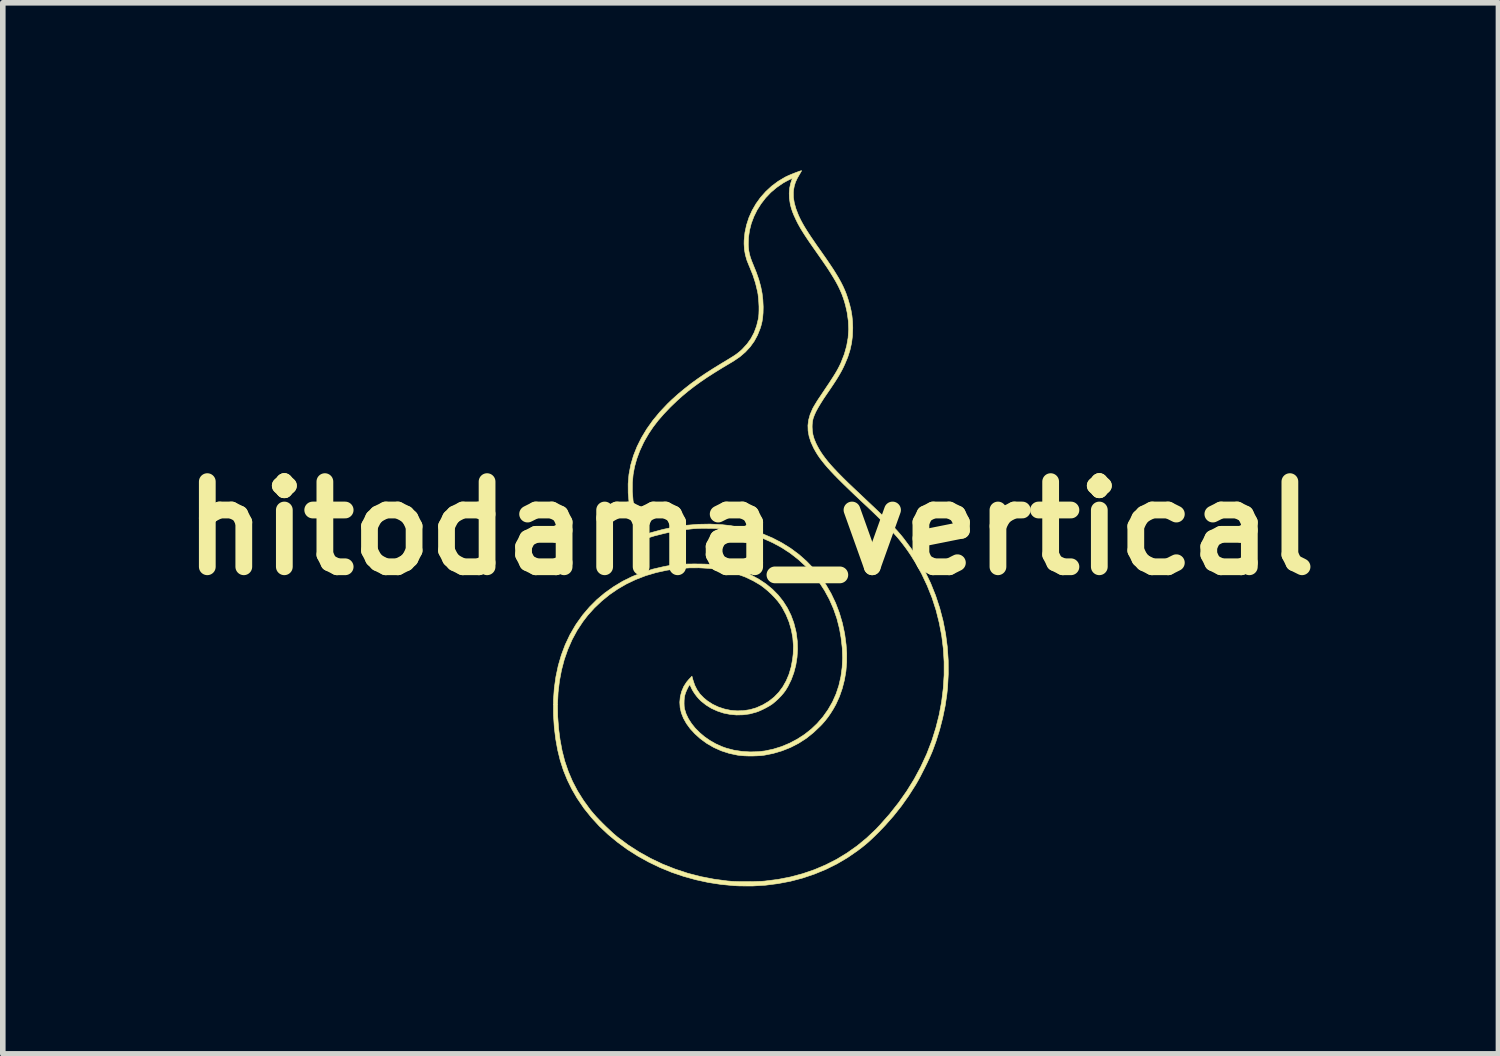
<source format=kicad_pcb>
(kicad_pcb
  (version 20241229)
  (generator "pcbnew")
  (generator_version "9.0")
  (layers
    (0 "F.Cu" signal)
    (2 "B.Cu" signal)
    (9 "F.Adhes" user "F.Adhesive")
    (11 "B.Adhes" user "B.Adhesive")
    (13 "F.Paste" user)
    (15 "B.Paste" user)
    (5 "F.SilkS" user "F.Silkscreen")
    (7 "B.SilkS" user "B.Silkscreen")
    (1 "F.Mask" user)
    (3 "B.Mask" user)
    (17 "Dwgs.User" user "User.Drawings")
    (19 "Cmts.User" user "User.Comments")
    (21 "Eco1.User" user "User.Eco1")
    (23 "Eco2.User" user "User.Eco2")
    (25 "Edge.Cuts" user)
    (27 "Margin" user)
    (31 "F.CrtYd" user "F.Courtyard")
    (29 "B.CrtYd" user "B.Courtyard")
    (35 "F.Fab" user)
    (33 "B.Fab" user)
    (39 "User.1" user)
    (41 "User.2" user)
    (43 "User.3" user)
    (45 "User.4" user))
  (footprint "hitodama_vertical"
    (layer "F.Cu")
    (at 10.385 6.405)
    (property "Reference" "hitodama_vertical" (at 0 0 0) (layer "F.SilkS") (effects (font (size 1.524 1.524) (thickness 0.3))))
    (attr through_hole)
    (fp_poly (pts (xy 0.913 -6.4) (xy 0.909 -6.392) (xy 0.898 -6.374) (xy 0.884 -6.349) (xy 0.878 -6.339) (xy 0.835 -6.264) (xy 0.803 -6.195) (xy 0.782 -6.128) (xy 0.769 -6.058) (xy 0.765 -6.013) (xy 0.766 -5.921) (xy 0.782 -5.822) (xy 0.812 -5.716) (xy 0.856 -5.603) (xy 0.877 -5.558) (xy 0.898 -5.515) (xy 0.921 -5.472) (xy 0.945 -5.429) (xy 0.972 -5.383) (xy 1.003 -5.333) (xy 1.038 -5.278) (xy 1.079 -5.216) (xy 1.127 -5.146) (xy 1.181 -5.067) (xy 1.244 -4.978) (xy 1.279 -4.928) (xy 1.356 -4.818) (xy 1.423 -4.719) (xy 1.483 -4.629) (xy 1.534 -4.547) (xy 1.579 -4.472) (xy 1.618 -4.401) (xy 1.652 -4.334) (xy 1.682 -4.268) (xy 1.708 -4.204) (xy 1.731 -4.138) (xy 1.742 -4.105) (xy 1.774 -3.997) (xy 1.798 -3.897) (xy 1.814 -3.801) (xy 1.824 -3.703) (xy 1.828 -3.599) (xy 1.828 -3.58) (xy 1.823 -3.445) (xy 1.807 -3.316) (xy 1.779 -3.19) (xy 1.739 -3.064) (xy 1.685 -2.935) (xy 1.654 -2.869) (xy 1.63 -2.822) (xy 1.605 -2.777) (xy 1.578 -2.73) (xy 1.548 -2.681) (xy 1.514 -2.627) (xy 1.474 -2.566) (xy 1.427 -2.496) (xy 1.373 -2.417) (xy 1.305 -2.317) (xy 1.249 -2.228) (xy 1.202 -2.149) (xy 1.165 -2.08) (xy 1.138 -2.018) (xy 1.119 -1.965) (xy 1.115 -1.949) (xy 1.107 -1.905) (xy 1.102 -1.854) (xy 1.101 -1.814) (xy 1.105 -1.741) (xy 1.116 -1.672) (xy 1.136 -1.603) (xy 1.166 -1.529) (xy 1.187 -1.486) (xy 1.217 -1.43) (xy 1.25 -1.374) (xy 1.288 -1.317) (xy 1.331 -1.259) (xy 1.379 -1.198) (xy 1.434 -1.133) (xy 1.497 -1.064) (xy 1.568 -0.989) (xy 1.648 -0.908) (xy 1.738 -0.819) (xy 1.839 -0.723) (xy 1.945 -0.623) (xy 2.051 -0.523) (xy 2.146 -0.433) (xy 2.232 -0.352) (xy 2.308 -0.279) (xy 2.377 -0.212) (xy 2.438 -0.151) (xy 2.493 -0.096) (xy 2.542 -0.044) (xy 2.587 0.005) (xy 2.629 0.051) (xy 2.668 0.096) (xy 2.706 0.141) (xy 2.735 0.177) (xy 2.876 0.366) (xy 3.005 0.564) (xy 3.12 0.77) (xy 3.222 0.983) (xy 3.31 1.202) (xy 3.384 1.427) (xy 3.444 1.656) (xy 3.49 1.89) (xy 3.521 2.128) (xy 3.537 2.368) (xy 3.538 2.61) (xy 3.525 2.854) (xy 3.512 2.977) (xy 3.481 3.184) (xy 3.437 3.397) (xy 3.382 3.61) (xy 3.316 3.82) (xy 3.257 3.981) (xy 3.231 4.043) (xy 3.199 4.115) (xy 3.162 4.195) (xy 3.121 4.278) (xy 3.079 4.361) (xy 3.038 4.442) (xy 2.998 4.515) (xy 2.961 4.58) (xy 2.95 4.598) (xy 2.826 4.792) (xy 2.696 4.975) (xy 2.557 5.15) (xy 2.407 5.32) (xy 2.286 5.446) (xy 2.22 5.511) (xy 2.161 5.567) (xy 2.107 5.617) (xy 2.053 5.663) (xy 1.996 5.709) (xy 1.934 5.756) (xy 1.913 5.772) (xy 1.732 5.897) (xy 1.543 6.008) (xy 1.345 6.106) (xy 1.141 6.19) (xy 0.93 6.261) (xy 0.713 6.318) (xy 0.492 6.36) (xy 0.266 6.389) (xy 0.037 6.403) (xy -0.196 6.402) (xy -0.298 6.397) (xy -0.529 6.375) (xy -0.757 6.34) (xy -0.981 6.291) (xy -1.201 6.23) (xy -1.416 6.157) (xy -1.625 6.071) (xy -1.826 5.974) (xy -2.021 5.866) (xy -2.207 5.748) (xy -2.383 5.619) (xy -2.55 5.481) (xy -2.706 5.334) (xy -2.85 5.177) (xy -2.982 5.013) (xy -3.1 4.84) (xy -3.107 4.83) (xy -3.2 4.669) (xy -3.281 4.504) (xy -3.351 4.332) (xy -3.408 4.154) (xy -3.454 3.967) (xy -3.489 3.771) (xy -3.514 3.566) (xy -3.528 3.349) (xy -3.529 3.294) (xy -3.529 3.151) (xy -3.456 3.151) (xy -3.453 3.368) (xy -3.436 3.591) (xy -3.412 3.778) (xy -3.375 3.979) (xy -3.326 4.17) (xy -3.263 4.354) (xy -3.188 4.53) (xy -3.098 4.702) (xy -2.993 4.869) (xy -2.874 5.033) (xy -2.852 5.06) (xy -2.813 5.107) (xy -2.764 5.162) (xy -2.708 5.221) (xy -2.647 5.283) (xy -2.584 5.345) (xy -2.521 5.404) (xy -2.462 5.459) (xy -2.408 5.505) (xy -2.381 5.528) (xy -2.193 5.668) (xy -1.995 5.795) (xy -1.788 5.91) (xy -1.574 6.012) (xy -1.352 6.1) (xy -1.125 6.175) (xy -0.892 6.235) (xy -0.654 6.281) (xy -0.413 6.313) (xy -0.365 6.317) (xy -0.314 6.321) (xy -0.251 6.323) (xy -0.179 6.325) (xy -0.101 6.325) (xy -0.021 6.325) (xy 0.058 6.324) (xy 0.132 6.321) (xy 0.197 6.319) (xy 0.251 6.315) (xy 0.259 6.314) (xy 0.49 6.285) (xy 0.714 6.241) (xy 0.931 6.183) (xy 1.141 6.111) (xy 1.344 6.025) (xy 1.539 5.926) (xy 1.726 5.812) (xy 1.906 5.685) (xy 2.077 5.544) (xy 2.24 5.39) (xy 2.312 5.314) (xy 2.489 5.114) (xy 2.65 4.91) (xy 2.796 4.702) (xy 2.928 4.489) (xy 3.045 4.271) (xy 3.149 4.047) (xy 3.155 4.033) (xy 3.243 3.804) (xy 3.316 3.571) (xy 3.375 3.337) (xy 3.419 3.101) (xy 3.448 2.864) (xy 3.463 2.627) (xy 3.463 2.391) (xy 3.449 2.156) (xy 3.42 1.923) (xy 3.376 1.693) (xy 3.319 1.466) (xy 3.247 1.243) (xy 3.16 1.026) (xy 3.06 0.814) (xy 2.945 0.608) (xy 2.868 0.485) (xy 2.823 0.418) (xy 2.777 0.353) (xy 2.729 0.289) (xy 2.679 0.225) (xy 2.625 0.16) (xy 2.566 0.094) (xy 2.502 0.024) (xy 2.431 -0.051) (xy 2.352 -0.13) (xy 2.265 -0.216) (xy 2.169 -0.309) (xy 2.061 -0.411) (xy 1.988 -0.479) (xy 1.87 -0.59) (xy 1.764 -0.692) (xy 1.668 -0.785) (xy 1.582 -0.87) (xy 1.505 -0.948) (xy 1.437 -1.02) (xy 1.377 -1.086) (xy 1.324 -1.148) (xy 1.277 -1.207) (xy 1.235 -1.262) (xy 1.199 -1.315) (xy 1.167 -1.367) (xy 1.138 -1.419) (xy 1.128 -1.437) (xy 1.08 -1.542) (xy 1.047 -1.644) (xy 1.029 -1.743) (xy 1.026 -1.841) (xy 1.038 -1.938) (xy 1.065 -2.035) (xy 1.107 -2.133) (xy 1.113 -2.147) (xy 1.132 -2.18) (xy 1.157 -2.222) (xy 1.186 -2.27) (xy 1.217 -2.318) (xy 1.241 -2.353) (xy 1.304 -2.447) (xy 1.358 -2.528) (xy 1.406 -2.599) (xy 1.446 -2.661) (xy 1.481 -2.715) (xy 1.511 -2.763) (xy 1.536 -2.805) (xy 1.558 -2.844) (xy 1.577 -2.88) (xy 1.595 -2.916) (xy 1.612 -2.951) (xy 1.621 -2.972) (xy 1.678 -3.118) (xy 1.719 -3.264) (xy 1.745 -3.411) (xy 1.755 -3.559) (xy 1.749 -3.708) (xy 1.728 -3.86) (xy 1.703 -3.971) (xy 1.683 -4.046) (xy 1.66 -4.118) (xy 1.634 -4.189) (xy 1.604 -4.259) (xy 1.57 -4.331) (xy 1.53 -4.406) (xy 1.484 -4.485) (xy 1.431 -4.571) (xy 1.371 -4.664) (xy 1.301 -4.766) (xy 1.229 -4.87) (xy 1.161 -4.967) (xy 1.101 -5.053) (xy 1.048 -5.129) (xy 1.003 -5.196) (xy 0.964 -5.255) (xy 0.93 -5.309) (xy 0.9 -5.358) (xy 0.874 -5.403) (xy 0.85 -5.446) (xy 0.828 -5.489) (xy 0.807 -5.532) (xy 0.806 -5.535) (xy 0.773 -5.606) (xy 0.748 -5.669) (xy 0.729 -5.727) (xy 0.713 -5.786) (xy 0.707 -5.818) (xy 0.694 -5.907) (xy 0.691 -5.997) (xy 0.698 -6.086) (xy 0.715 -6.167) (xy 0.731 -6.217) (xy 0.739 -6.24) (xy 0.744 -6.255) (xy 0.744 -6.26) (xy 0.735 -6.258) (xy 0.716 -6.25) (xy 0.689 -6.237) (xy 0.657 -6.221) (xy 0.624 -6.203) (xy 0.592 -6.185) (xy 0.575 -6.175) (xy 0.464 -6.098) (xy 0.361 -6.011) (xy 0.268 -5.913) (xy 0.187 -5.808) (xy 0.116 -5.696) (xy 0.058 -5.578) (xy 0.012 -5.456) (xy -0.02 -5.33) (xy -0.038 -5.204) (xy -0.042 -5.076) (xy -0.039 -5.025) (xy -0.032 -4.965) (xy -0.021 -4.909) (xy -0.005 -4.851) (xy 0.017 -4.788) (xy 0.046 -4.717) (xy 0.102 -4.579) (xy 0.147 -4.45) (xy 0.181 -4.326) (xy 0.205 -4.206) (xy 0.219 -4.088) (xy 0.225 -3.968) (xy 0.225 -3.945) (xy 0.223 -3.855) (xy 0.216 -3.775) (xy 0.205 -3.701) (xy 0.187 -3.627) (xy 0.17 -3.573) (xy 0.123 -3.456) (xy 0.064 -3.347) (xy -0.008 -3.247) (xy -0.094 -3.154) (xy -0.193 -3.069) (xy -0.306 -2.992) (xy -0.341 -2.971) (xy -0.499 -2.877) (xy -0.643 -2.788) (xy -0.776 -2.703) (xy -0.899 -2.619) (xy -1.012 -2.537) (xy -1.119 -2.454) (xy -1.22 -2.37) (xy -1.317 -2.283) (xy -1.411 -2.193) (xy -1.441 -2.164) (xy -1.555 -2.044) (xy -1.656 -1.928) (xy -1.745 -1.812) (xy -1.823 -1.696) (xy -1.892 -1.578) (xy -1.92 -1.525) (xy -1.986 -1.382) (xy -2.038 -1.242) (xy -2.077 -1.103) (xy -2.103 -0.962) (xy -2.116 -0.818) (xy -2.117 -0.667) (xy -2.117 -0.659) (xy -2.104 -0.496) (xy -2.077 -0.331) (xy -2.036 -0.166) (xy -1.981 -0.006) (xy -1.955 0.06) (xy -1.942 0.088) (xy -1.932 0.105) (xy -1.923 0.113) (xy -1.912 0.114) (xy -1.898 0.111) (xy -1.872 0.105) (xy -1.837 0.095) (xy -1.797 0.083) (xy -1.774 0.076) (xy -1.567 0.02) (xy -1.357 -0.024) (xy -1.146 -0.054) (xy -0.934 -0.071) (xy -0.725 -0.075) (xy -0.52 -0.065) (xy -0.365 -0.048) (xy -0.164 -0.012) (xy 0.029 0.037) (xy 0.214 0.099) (xy 0.391 0.174) (xy 0.558 0.261) (xy 0.716 0.359) (xy 0.864 0.469) (xy 1.001 0.59) (xy 1.128 0.721) (xy 1.244 0.861) (xy 1.349 1.011) (xy 1.441 1.17) (xy 1.521 1.338) (xy 1.588 1.514) (xy 1.642 1.697) (xy 1.683 1.887) (xy 1.709 2.084) (xy 1.72 2.238) (xy 1.719 2.399) (xy 1.706 2.559) (xy 1.679 2.716) (xy 1.64 2.868) (xy 1.589 3.014) (xy 1.527 3.151) (xy 1.48 3.235) (xy 1.431 3.313) (xy 1.384 3.381) (xy 1.334 3.445) (xy 1.279 3.508) (xy 1.246 3.542) (xy 1.124 3.658) (xy 0.995 3.761) (xy 0.858 3.849) (xy 0.714 3.923) (xy 0.561 3.984) (xy 0.401 4.031) (xy 0.25 4.061) (xy 0.19 4.069) (xy 0.119 4.073) (xy 0.041 4.076) (xy -0.039 4.076) (xy -0.115 4.073) (xy -0.185 4.067) (xy -0.234 4.061) (xy -0.384 4.029) (xy -0.526 3.983) (xy -0.66 3.923) (xy -0.786 3.85) (xy -0.903 3.764) (xy -0.997 3.679) (xy -1.081 3.588) (xy -1.149 3.495) (xy -1.202 3.401) (xy -1.24 3.305) (xy -1.262 3.209) (xy -1.268 3.113) (xy -1.259 3.016) (xy -1.234 2.92) (xy -1.197 2.833) (xy -1.147 2.755) (xy -1.104 2.704) (xy -1.05 2.648) (xy -1.032 2.715) (xy -1.001 2.808) (xy -0.959 2.891) (xy -0.906 2.967) (xy -0.839 3.036) (xy -0.775 3.089) (xy -0.681 3.15) (xy -0.578 3.199) (xy -0.469 3.235) (xy -0.356 3.259) (xy -0.241 3.268) (xy -0.126 3.264) (xy -0.013 3.247) (xy 0.097 3.215) (xy 0.105 3.212) (xy 0.221 3.16) (xy 0.326 3.097) (xy 0.421 3.022) (xy 0.504 2.936) (xy 0.576 2.839) (xy 0.637 2.731) (xy 0.687 2.613) (xy 0.725 2.484) (xy 0.751 2.345) (xy 0.762 2.249) (xy 0.766 2.105) (xy 0.755 1.961) (xy 0.729 1.819) (xy 0.689 1.68) (xy 0.634 1.546) (xy 0.566 1.418) (xy 0.531 1.364) (xy 0.486 1.304) (xy 0.431 1.241) (xy 0.368 1.176) (xy 0.301 1.115) (xy 0.234 1.06) (xy 0.176 1.017) (xy 0.047 0.941) (xy -0.093 0.874) (xy -0.243 0.818) (xy -0.403 0.774) (xy -0.57 0.74) (xy -0.745 0.718) (xy -0.926 0.708) (xy -1.091 0.709) (xy -1.298 0.723) (xy -1.497 0.751) (xy -1.69 0.793) (xy -1.876 0.848) (xy -2.057 0.918) (xy -2.223 0.997) (xy -2.376 1.086) (xy -2.525 1.188) (xy -2.665 1.302) (xy -2.796 1.426) (xy -2.916 1.559) (xy -3.002 1.671) (xy -3.105 1.827) (xy -3.195 1.993) (xy -3.271 2.167) (xy -3.335 2.349) (xy -3.385 2.539) (xy -3.422 2.736) (xy -3.446 2.94) (xy -3.456 3.151) (xy -3.529 3.151) (xy -3.529 3.075) (xy -3.514 2.862) (xy -3.485 2.657) (xy -3.443 2.458) (xy -3.387 2.267) (xy -3.318 2.084) (xy -3.235 1.908) (xy -3.138 1.741) (xy -3.116 1.707) (xy -3.006 1.553) (xy -2.884 1.41) (xy -2.751 1.277) (xy -2.607 1.156) (xy -2.453 1.047) (xy -2.291 0.949) (xy -2.119 0.864) (xy -1.939 0.792) (xy -1.752 0.732) (xy -1.558 0.687) (xy -1.496 0.675) (xy -1.435 0.665) (xy -1.38 0.657) (xy -1.328 0.65) (xy -1.277 0.646) (xy -1.223 0.643) (xy -1.163 0.641) (xy -1.095 0.64) (xy -1.013 0.639) (xy -1 0.639) (xy -0.91 0.64) (xy -0.832 0.641) (xy -0.764 0.644) (xy -0.701 0.649) (xy -0.642 0.655) (xy -0.583 0.663) (xy -0.519 0.674) (xy -0.452 0.687) (xy -0.286 0.727) (xy -0.13 0.779) (xy 0.017 0.841) (xy 0.152 0.915) (xy 0.277 0.998) (xy 0.39 1.091) (xy 0.492 1.194) (xy 0.581 1.306) (xy 0.658 1.427) (xy 0.722 1.556) (xy 0.773 1.694) (xy 0.81 1.839) (xy 0.818 1.881) (xy 0.836 2.024) (xy 0.84 2.167) (xy 0.831 2.309) (xy 0.809 2.448) (xy 0.774 2.583) (xy 0.727 2.711) (xy 0.668 2.831) (xy 0.623 2.905) (xy 0.589 2.95) (xy 0.546 3) (xy 0.498 3.05) (xy 0.447 3.097) (xy 0.399 3.137) (xy 0.393 3.142) (xy 0.34 3.177) (xy 0.278 3.212) (xy 0.211 3.246) (xy 0.146 3.275) (xy 0.099 3.292) (xy -0.016 3.323) (xy -0.134 3.339) (xy -0.252 3.342) (xy -0.37 3.331) (xy -0.485 3.308) (xy -0.596 3.271) (xy -0.702 3.223) (xy -0.799 3.163) (xy -0.888 3.092) (xy -0.926 3.054) (xy -0.961 3.014) (xy -0.996 2.968) (xy -1.028 2.92) (xy -1.053 2.875) (xy -1.069 2.84) (xy -1.078 2.819) (xy -1.087 2.806) (xy -1.091 2.804) (xy -1.1 2.813) (xy -1.112 2.833) (xy -1.127 2.862) (xy -1.143 2.895) (xy -1.158 2.93) (xy -1.17 2.963) (xy -1.178 2.99) (xy -1.186 3.032) (xy -1.19 3.083) (xy -1.191 3.137) (xy -1.189 3.188) (xy -1.184 3.229) (xy -1.183 3.232) (xy -1.155 3.322) (xy -1.113 3.41) (xy -1.057 3.497) (xy -0.99 3.58) (xy -0.911 3.659) (xy -0.824 3.733) (xy -0.728 3.799) (xy -0.625 3.858) (xy -0.517 3.907) (xy -0.436 3.936) (xy -0.299 3.972) (xy -0.155 3.994) (xy -0.009 4.003) (xy 0.139 3.999) (xy 0.258 3.985) (xy 0.407 3.953) (xy 0.555 3.907) (xy 0.698 3.847) (xy 0.836 3.774) (xy 0.967 3.689) (xy 1.088 3.593) (xy 1.189 3.497) (xy 1.295 3.375) (xy 1.387 3.245) (xy 1.466 3.108) (xy 1.53 2.964) (xy 1.58 2.813) (xy 1.616 2.655) (xy 1.638 2.49) (xy 1.646 2.32) (xy 1.64 2.143) (xy 1.619 1.96) (xy 1.591 1.8) (xy 1.545 1.618) (xy 1.484 1.442) (xy 1.41 1.274) (xy 1.323 1.113) (xy 1.224 0.961) (xy 1.113 0.817) (xy 0.99 0.684) (xy 0.856 0.561) (xy 0.712 0.448) (xy 0.558 0.347) (xy 0.395 0.259) (xy 0.223 0.182) (xy 0.123 0.146) (xy -0.023 0.1) (xy -0.168 0.063) (xy -0.318 0.034) (xy -0.413 0.019) (xy -0.463 0.014) (xy -0.527 0.009) (xy -0.599 0.006) (xy -0.676 0.003) (xy -0.756 0.002) (xy -0.834 0.001) (xy -0.908 0.002) (xy -0.973 0.005) (xy -1.013 0.007) (xy -1.185 0.026) (xy -1.364 0.054) (xy -1.544 0.092) (xy -1.722 0.137) (xy -1.892 0.19) (xy -1.904 0.194) (xy -1.932 0.204) (xy -1.954 0.211) (xy -1.965 0.214) (xy -1.965 0.214) (xy -1.97 0.207) (xy -1.979 0.189) (xy -1.992 0.161) (xy -2.007 0.126) (xy -2.023 0.088) (xy -2.039 0.049) (xy -2.04 0.048) (xy -2.1 -0.121) (xy -2.145 -0.291) (xy -2.176 -0.461) (xy -2.191 -0.63) (xy -2.192 -0.797) (xy -2.178 -0.961) (xy -2.148 -1.121) (xy -2.144 -1.139) (xy -2.096 -1.302) (xy -2.032 -1.463) (xy -1.953 -1.621) (xy -1.859 -1.777) (xy -1.75 -1.93) (xy -1.625 -2.081) (xy -1.487 -2.227) (xy -1.41 -2.301) (xy -1.3 -2.4) (xy -1.187 -2.494) (xy -1.069 -2.587) (xy -0.943 -2.678) (xy -0.808 -2.77) (xy -0.661 -2.864) (xy -0.516 -2.953) (xy -0.444 -2.996) (xy -0.385 -3.032) (xy -0.335 -3.063) (xy -0.294 -3.089) (xy -0.26 -3.112) (xy -0.231 -3.134) (xy -0.205 -3.155) (xy -0.18 -3.176) (xy -0.155 -3.199) (xy -0.148 -3.206) (xy -0.064 -3.297) (xy 0.007 -3.397) (xy 0.064 -3.505) (xy 0.107 -3.621) (xy 0.137 -3.744) (xy 0.144 -3.785) (xy 0.148 -3.838) (xy 0.15 -3.902) (xy 0.15 -3.972) (xy 0.146 -4.046) (xy 0.14 -4.119) (xy 0.133 -4.186) (xy 0.124 -4.237) (xy 0.088 -4.386) (xy 0.041 -4.532) (xy -0.019 -4.68) (xy -0.025 -4.693) (xy -0.066 -4.795) (xy -0.094 -4.893) (xy -0.111 -4.989) (xy -0.117 -5.089) (xy -0.116 -5.153) (xy -0.102 -5.292) (xy -0.073 -5.428) (xy -0.03 -5.561) (xy 0.027 -5.688) (xy 0.097 -5.809) (xy 0.179 -5.923) (xy 0.273 -6.028) (xy 0.377 -6.124) (xy 0.491 -6.209) (xy 0.615 -6.283) (xy 0.639 -6.295) (xy 0.667 -6.308) (xy 0.703 -6.324) (xy 0.742 -6.34) (xy 0.782 -6.356) (xy 0.821 -6.371) (xy 0.857 -6.384) (xy 0.885 -6.394) (xy 0.905 -6.399) (xy 0.913 -6.4) (xy 0.913 -6.4)) (stroke (width 0.01) (type solid)) (fill yes) (layer "F.SilkS")))
  (gr_rect
    (start -3 -3)
    (end 23.77 15.812)
    (stroke (width 0.1) (type default))
    (fill no)
    (layer "Edge.Cuts")))
</source>
